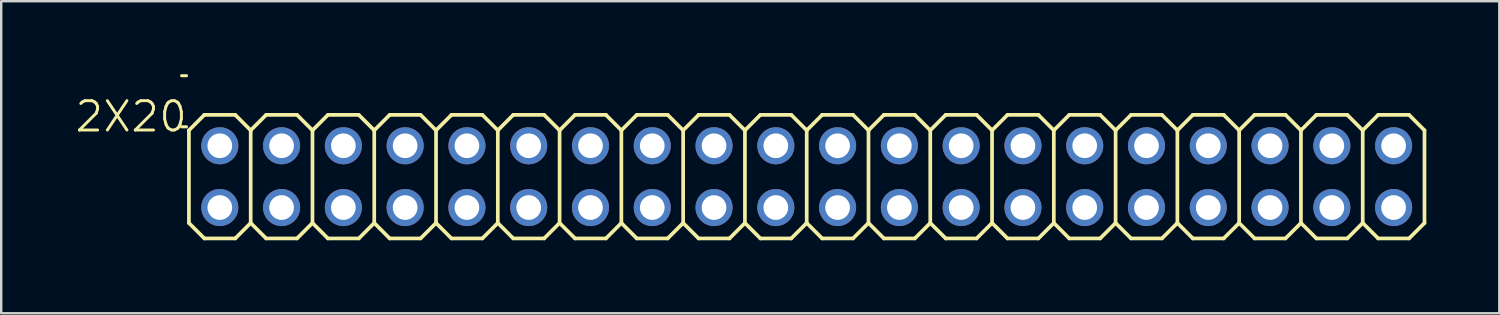
<source format=kicad_pcb>
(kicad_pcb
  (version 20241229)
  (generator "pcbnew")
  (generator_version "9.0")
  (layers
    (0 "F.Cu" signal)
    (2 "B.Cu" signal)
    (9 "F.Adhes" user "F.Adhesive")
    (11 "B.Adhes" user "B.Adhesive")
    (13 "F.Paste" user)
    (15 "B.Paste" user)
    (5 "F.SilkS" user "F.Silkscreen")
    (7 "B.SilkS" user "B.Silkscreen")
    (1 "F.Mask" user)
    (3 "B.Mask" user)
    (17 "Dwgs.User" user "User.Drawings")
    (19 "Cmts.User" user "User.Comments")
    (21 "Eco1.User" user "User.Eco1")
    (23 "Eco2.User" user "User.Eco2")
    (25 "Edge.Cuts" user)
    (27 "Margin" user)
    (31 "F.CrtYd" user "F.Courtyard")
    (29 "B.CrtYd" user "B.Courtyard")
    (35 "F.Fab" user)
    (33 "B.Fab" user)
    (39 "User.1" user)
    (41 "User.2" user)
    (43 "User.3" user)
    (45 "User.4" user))
  (footprint "2X20"
    (layer "F.Cu")
    (at 30.117 4.213)
    (property "Reference" "2X20" (at -25.4 -3.175 180) (layer "F.SilkS") (effects (font (size 1.206 1.206) (thickness 0.121)) (justify right top)))
    (attr through_hole)
    (fp_line (start -25.7 -4.15) (end -25.5 -4.15) (stroke (width 0.127) (type solid)) (layer "F.SilkS"))
    (fp_line (start -25.7 -2.05) (end -25.5 -2.05) (stroke (width 0.127) (type solid)) (layer "F.SilkS"))
    (fp_line (start -25.4 -1.905) (end -24.765 -2.54) (stroke (width 0.152) (type solid)) (layer "F.SilkS"))
    (fp_line (start -25.4 1.905) (end -25.4 -1.905) (stroke (width 0.152) (type solid)) (layer "F.SilkS"))
    (fp_line (start -25.4 1.905) (end -24.765 2.54) (stroke (width 0.152) (type solid)) (layer "F.SilkS"))
    (fp_line (start -24.765 -2.54) (end -23.495 -2.54) (stroke (width 0.152) (type solid)) (layer "F.SilkS"))
    (fp_line (start -24.765 2.54) (end -23.495 2.54) (stroke (width 0.152) (type solid)) (layer "F.SilkS"))
    (fp_line (start -23.495 -2.54) (end -22.86 -1.905) (stroke (width 0.152) (type solid)) (layer "F.SilkS"))
    (fp_line (start -23.495 2.54) (end -22.86 1.905) (stroke (width 0.152) (type solid)) (layer "F.SilkS"))
    (fp_line (start -22.86 -1.905) (end -22.86 1.905) (stroke (width 0.152) (type solid)) (layer "F.SilkS"))
    (fp_line (start -22.86 -1.905) (end -22.225 -2.54) (stroke (width 0.152) (type solid)) (layer "F.SilkS"))
    (fp_line (start -22.86 1.905) (end -22.225 2.54) (stroke (width 0.152) (type solid)) (layer "F.SilkS"))
    (fp_line (start -22.225 -2.54) (end -20.955 -2.54) (stroke (width 0.152) (type solid)) (layer "F.SilkS"))
    (fp_line (start -22.225 2.54) (end -20.955 2.54) (stroke (width 0.152) (type solid)) (layer "F.SilkS"))
    (fp_line (start -20.955 -2.54) (end -20.32 -1.905) (stroke (width 0.152) (type solid)) (layer "F.SilkS"))
    (fp_line (start -20.955 2.54) (end -20.32 1.905) (stroke (width 0.152) (type solid)) (layer "F.SilkS"))
    (fp_line (start -20.32 -1.905) (end -20.32 1.905) (stroke (width 0.152) (type solid)) (layer "F.SilkS"))
    (fp_line (start -20.32 -1.905) (end -19.685 -2.54) (stroke (width 0.152) (type solid)) (layer "F.SilkS"))
    (fp_line (start -20.32 1.905) (end -19.685 2.54) (stroke (width 0.152) (type solid)) (layer "F.SilkS"))
    (fp_line (start -19.685 -2.54) (end -18.415 -2.54) (stroke (width 0.152) (type solid)) (layer "F.SilkS"))
    (fp_line (start -19.685 2.54) (end -18.415 2.54) (stroke (width 0.152) (type solid)) (layer "F.SilkS"))
    (fp_line (start -18.415 -2.54) (end -17.78 -1.905) (stroke (width 0.152) (type solid)) (layer "F.SilkS"))
    (fp_line (start -18.415 2.54) (end -17.78 1.905) (stroke (width 0.152) (type solid)) (layer "F.SilkS"))
    (fp_line (start -17.78 -1.905) (end -17.78 1.905) (stroke (width 0.152) (type solid)) (layer "F.SilkS"))
    (fp_line (start -17.78 -1.905) (end -17.145 -2.54) (stroke (width 0.152) (type solid)) (layer "F.SilkS"))
    (fp_line (start -17.78 1.905) (end -17.145 2.54) (stroke (width 0.152) (type solid)) (layer "F.SilkS"))
    (fp_line (start -17.145 -2.54) (end -15.875 -2.54) (stroke (width 0.152) (type solid)) (layer "F.SilkS"))
    (fp_line (start -17.145 2.54) (end -15.875 2.54) (stroke (width 0.152) (type solid)) (layer "F.SilkS"))
    (fp_line (start -15.875 -2.54) (end -15.24 -1.905) (stroke (width 0.152) (type solid)) (layer "F.SilkS"))
    (fp_line (start -15.875 2.54) (end -15.24 1.905) (stroke (width 0.152) (type solid)) (layer "F.SilkS"))
    (fp_line (start -15.24 -1.905) (end -15.24 1.905) (stroke (width 0.152) (type solid)) (layer "F.SilkS"))
    (fp_line (start -15.24 -1.905) (end -14.605 -2.54) (stroke (width 0.152) (type solid)) (layer "F.SilkS"))
    (fp_line (start -15.24 1.905) (end -14.605 2.54) (stroke (width 0.152) (type solid)) (layer "F.SilkS"))
    (fp_line (start -14.605 -2.54) (end -13.335 -2.54) (stroke (width 0.152) (type solid)) (layer "F.SilkS"))
    (fp_line (start -14.605 2.54) (end -13.335 2.54) (stroke (width 0.152) (type solid)) (layer "F.SilkS"))
    (fp_line (start -13.335 -2.54) (end -12.7 -1.905) (stroke (width 0.152) (type solid)) (layer "F.SilkS"))
    (fp_line (start -13.335 2.54) (end -12.7 1.905) (stroke (width 0.152) (type solid)) (layer "F.SilkS"))
    (fp_line (start -12.7 -1.905) (end -12.7 1.905) (stroke (width 0.152) (type solid)) (layer "F.SilkS"))
    (fp_line (start -12.7 -1.905) (end -12.065 -2.54) (stroke (width 0.152) (type solid)) (layer "F.SilkS"))
    (fp_line (start -12.7 1.905) (end -12.065 2.54) (stroke (width 0.152) (type solid)) (layer "F.SilkS"))
    (fp_line (start -12.065 -2.54) (end -10.795 -2.54) (stroke (width 0.152) (type solid)) (layer "F.SilkS"))
    (fp_line (start -12.065 2.54) (end -10.795 2.54) (stroke (width 0.152) (type solid)) (layer "F.SilkS"))
    (fp_line (start -10.795 -2.54) (end -10.16 -1.905) (stroke (width 0.152) (type solid)) (layer "F.SilkS"))
    (fp_line (start -10.795 2.54) (end -10.16 1.905) (stroke (width 0.152) (type solid)) (layer "F.SilkS"))
    (fp_line (start -10.16 -1.905) (end -10.16 1.905) (stroke (width 0.152) (type solid)) (layer "F.SilkS"))
    (fp_line (start -10.16 -1.905) (end -9.525 -2.54) (stroke (width 0.152) (type solid)) (layer "F.SilkS"))
    (fp_line (start -10.16 1.905) (end -9.525 2.54) (stroke (width 0.152) (type solid)) (layer "F.SilkS"))
    (fp_line (start -9.525 -2.54) (end -8.255 -2.54) (stroke (width 0.152) (type solid)) (layer "F.SilkS"))
    (fp_line (start -8.255 -2.54) (end -7.62 -1.905) (stroke (width 0.152) (type solid)) (layer "F.SilkS"))
    (fp_line (start -8.255 2.54) (end -9.525 2.54) (stroke (width 0.152) (type solid)) (layer "F.SilkS"))
    (fp_line (start -7.62 -1.905) (end -7.62 1.905) (stroke (width 0.152) (type solid)) (layer "F.SilkS"))
    (fp_line (start -7.62 -1.905) (end -6.985 -2.54) (stroke (width 0.152) (type solid)) (layer "F.SilkS"))
    (fp_line (start -7.62 1.905) (end -8.255 2.54) (stroke (width 0.152) (type solid)) (layer "F.SilkS"))
    (fp_line (start -7.62 1.905) (end -6.985 2.54) (stroke (width 0.152) (type solid)) (layer "F.SilkS"))
    (fp_line (start -6.985 -2.54) (end -5.715 -2.54) (stroke (width 0.152) (type solid)) (layer "F.SilkS"))
    (fp_line (start -5.715 -2.54) (end -5.08 -1.905) (stroke (width 0.152) (type solid)) (layer "F.SilkS"))
    (fp_line (start -5.715 2.54) (end -6.985 2.54) (stroke (width 0.152) (type solid)) (layer "F.SilkS"))
    (fp_line (start -5.08 -1.905) (end -5.08 1.905) (stroke (width 0.152) (type solid)) (layer "F.SilkS"))
    (fp_line (start -5.08 -1.905) (end -4.445 -2.54) (stroke (width 0.152) (type solid)) (layer "F.SilkS"))
    (fp_line (start -5.08 1.905) (end -5.715 2.54) (stroke (width 0.152) (type solid)) (layer "F.SilkS"))
    (fp_line (start -5.08 1.905) (end -4.445 2.54) (stroke (width 0.152) (type solid)) (layer "F.SilkS"))
    (fp_line (start -4.445 -2.54) (end -3.175 -2.54) (stroke (width 0.152) (type solid)) (layer "F.SilkS"))
    (fp_line (start -3.175 -2.54) (end -2.54 -1.905) (stroke (width 0.152) (type solid)) (layer "F.SilkS"))
    (fp_line (start -3.175 2.54) (end -4.445 2.54) (stroke (width 0.152) (type solid)) (layer "F.SilkS"))
    (fp_line (start -2.54 -1.905) (end -2.54 1.905) (stroke (width 0.152) (type solid)) (layer "F.SilkS"))
    (fp_line (start -2.54 -1.905) (end -1.905 -2.54) (stroke (width 0.152) (type solid)) (layer "F.SilkS"))
    (fp_line (start -2.54 1.905) (end -3.175 2.54) (stroke (width 0.152) (type solid)) (layer "F.SilkS"))
    (fp_line (start -2.54 1.905) (end -1.905 2.54) (stroke (width 0.152) (type solid)) (layer "F.SilkS"))
    (fp_line (start -1.905 -2.54) (end -0.635 -2.54) (stroke (width 0.152) (type solid)) (layer "F.SilkS"))
    (fp_line (start -0.635 -2.54) (end 0 -1.905) (stroke (width 0.152) (type solid)) (layer "F.SilkS"))
    (fp_line (start -0.635 2.54) (end -1.905 2.54) (stroke (width 0.152) (type solid)) (layer "F.SilkS"))
    (fp_line (start 0 -1.905) (end 0 1.905) (stroke (width 0.152) (type solid)) (layer "F.SilkS"))
    (fp_line (start 0 -1.905) (end 0.635 -2.54) (stroke (width 0.152) (type solid)) (layer "F.SilkS"))
    (fp_line (start 0 1.905) (end -0.635 2.54) (stroke (width 0.152) (type solid)) (layer "F.SilkS"))
    (fp_line (start 0 1.905) (end 0.635 2.54) (stroke (width 0.152) (type solid)) (layer "F.SilkS"))
    (fp_line (start 0.635 -2.54) (end 1.905 -2.54) (stroke (width 0.152) (type solid)) (layer "F.SilkS"))
    (fp_line (start 1.905 -2.54) (end 2.54 -1.905) (stroke (width 0.152) (type solid)) (layer "F.SilkS"))
    (fp_line (start 1.905 2.54) (end 0.635 2.54) (stroke (width 0.152) (type solid)) (layer "F.SilkS"))
    (fp_line (start 2.54 -1.905) (end 2.54 1.905) (stroke (width 0.152) (type solid)) (layer "F.SilkS"))
    (fp_line (start 2.54 -1.905) (end 3.175 -2.54) (stroke (width 0.152) (type solid)) (layer "F.SilkS"))
    (fp_line (start 2.54 1.905) (end 1.905 2.54) (stroke (width 0.152) (type solid)) (layer "F.SilkS"))
    (fp_line (start 2.54 1.905) (end 3.175 2.54) (stroke (width 0.152) (type solid)) (layer "F.SilkS"))
    (fp_line (start 3.175 -2.54) (end 4.445 -2.54) (stroke (width 0.152) (type solid)) (layer "F.SilkS"))
    (fp_line (start 4.445 2.54) (end 3.175 2.54) (stroke (width 0.152) (type solid)) (layer "F.SilkS"))
    (fp_line (start 5.08 -1.905) (end 4.445 -2.54) (stroke (width 0.152) (type solid)) (layer "F.SilkS"))
    (fp_line (start 5.08 -1.905) (end 5.08 1.905) (stroke (width 0.152) (type solid)) (layer "F.SilkS"))
    (fp_line (start 5.08 -1.905) (end 5.715 -2.54) (stroke (width 0.152) (type solid)) (layer "F.SilkS"))
    (fp_line (start 5.08 1.905) (end 4.445 2.54) (stroke (width 0.152) (type solid)) (layer "F.SilkS"))
    (fp_line (start 5.08 1.905) (end 5.715 2.54) (stroke (width 0.152) (type solid)) (layer "F.SilkS"))
    (fp_line (start 6.985 -2.54) (end 5.715 -2.54) (stroke (width 0.152) (type solid)) (layer "F.SilkS"))
    (fp_line (start 6.985 -2.54) (end 7.62 -1.905) (stroke (width 0.152) (type solid)) (layer "F.SilkS"))
    (fp_line (start 6.985 2.54) (end 5.715 2.54) (stroke (width 0.152) (type solid)) (layer "F.SilkS"))
    (fp_line (start 7.62 -1.905) (end 7.62 1.905) (stroke (width 0.152) (type solid)) (layer "F.SilkS"))
    (fp_line (start 7.62 -1.905) (end 8.255 -2.54) (stroke (width 0.152) (type solid)) (layer "F.SilkS"))
    (fp_line (start 7.62 1.905) (end 6.985 2.54) (stroke (width 0.152) (type solid)) (layer "F.SilkS"))
    (fp_line (start 7.62 1.905) (end 8.255 2.54) (stroke (width 0.152) (type solid)) (layer "F.SilkS"))
    (fp_line (start 9.525 -2.54) (end 8.255 -2.54) (stroke (width 0.152) (type solid)) (layer "F.SilkS"))
    (fp_line (start 9.525 -2.54) (end 10.16 -1.905) (stroke (width 0.152) (type solid)) (layer "F.SilkS"))
    (fp_line (start 9.525 2.54) (end 8.255 2.54) (stroke (width 0.152) (type solid)) (layer "F.SilkS"))
    (fp_line (start 10.16 -1.905) (end 10.16 1.905) (stroke (width 0.152) (type solid)) (layer "F.SilkS"))
    (fp_line (start 10.16 -1.905) (end 10.795 -2.54) (stroke (width 0.152) (type solid)) (layer "F.SilkS"))
    (fp_line (start 10.16 1.905) (end 9.525 2.54) (stroke (width 0.152) (type solid)) (layer "F.SilkS"))
    (fp_line (start 10.795 2.54) (end 10.16 1.905) (stroke (width 0.152) (type solid)) (layer "F.SilkS"))
    (fp_line (start 10.795 2.54) (end 12.065 2.54) (stroke (width 0.152) (type solid)) (layer "F.SilkS"))
    (fp_line (start 12.065 -2.54) (end 10.795 -2.54) (stroke (width 0.152) (type solid)) (layer "F.SilkS"))
    (fp_line (start 12.065 -2.54) (end 12.7 -1.905) (stroke (width 0.152) (type solid)) (layer "F.SilkS"))
    (fp_line (start 12.7 -1.905) (end 12.7 1.905) (stroke (width 0.152) (type solid)) (layer "F.SilkS"))
    (fp_line (start 12.7 -1.905) (end 13.335 -2.54) (stroke (width 0.152) (type solid)) (layer "F.SilkS"))
    (fp_line (start 12.7 1.905) (end 12.065 2.54) (stroke (width 0.152) (type solid)) (layer "F.SilkS"))
    (fp_line (start 13.335 2.54) (end 12.7 1.905) (stroke (width 0.152) (type solid)) (layer "F.SilkS"))
    (fp_line (start 13.335 2.54) (end 14.605 2.54) (stroke (width 0.152) (type solid)) (layer "F.SilkS"))
    (fp_line (start 14.605 -2.54) (end 13.335 -2.54) (stroke (width 0.152) (type solid)) (layer "F.SilkS"))
    (fp_line (start 14.605 -2.54) (end 15.24 -1.905) (stroke (width 0.152) (type solid)) (layer "F.SilkS"))
    (fp_line (start 15.24 -1.905) (end 15.24 1.905) (stroke (width 0.152) (type solid)) (layer "F.SilkS"))
    (fp_line (start 15.24 -1.905) (end 15.875 -2.54) (stroke (width 0.152) (type solid)) (layer "F.SilkS"))
    (fp_line (start 15.24 1.905) (end 14.605 2.54) (stroke (width 0.152) (type solid)) (layer "F.SilkS"))
    (fp_line (start 15.24 1.905) (end 15.875 2.54) (stroke (width 0.152) (type solid)) (layer "F.SilkS"))
    (fp_line (start 17.145 -2.54) (end 15.875 -2.54) (stroke (width 0.152) (type solid)) (layer "F.SilkS"))
    (fp_line (start 17.145 -2.54) (end 17.78 -1.905) (stroke (width 0.152) (type solid)) (layer "F.SilkS"))
    (fp_line (start 17.145 2.54) (end 15.875 2.54) (stroke (width 0.152) (type solid)) (layer "F.SilkS"))
    (fp_line (start 17.78 -1.905) (end 17.78 1.905) (stroke (width 0.152) (type solid)) (layer "F.SilkS"))
    (fp_line (start 17.78 -1.905) (end 18.415 -2.54) (stroke (width 0.152) (type solid)) (layer "F.SilkS"))
    (fp_line (start 17.78 1.905) (end 17.145 2.54) (stroke (width 0.152) (type solid)) (layer "F.SilkS"))
    (fp_line (start 17.78 1.905) (end 18.415 2.54) (stroke (width 0.152) (type solid)) (layer "F.SilkS"))
    (fp_line (start 19.685 -2.54) (end 18.415 -2.54) (stroke (width 0.152) (type solid)) (layer "F.SilkS"))
    (fp_line (start 19.685 -2.54) (end 20.32 -1.905) (stroke (width 0.152) (type solid)) (layer "F.SilkS"))
    (fp_line (start 19.685 2.54) (end 18.415 2.54) (stroke (width 0.152) (type solid)) (layer "F.SilkS"))
    (fp_line (start 20.32 -1.905) (end 20.32 1.905) (stroke (width 0.152) (type solid)) (layer "F.SilkS"))
    (fp_line (start 20.32 -1.905) (end 20.955 -2.54) (stroke (width 0.152) (type solid)) (layer "F.SilkS"))
    (fp_line (start 20.32 1.905) (end 19.685 2.54) (stroke (width 0.152) (type solid)) (layer "F.SilkS"))
    (fp_line (start 20.32 1.905) (end 20.955 2.54) (stroke (width 0.152) (type solid)) (layer "F.SilkS"))
    (fp_line (start 22.225 -2.54) (end 20.955 -2.54) (stroke (width 0.152) (type solid)) (layer "F.SilkS"))
    (fp_line (start 22.225 -2.54) (end 22.86 -1.905) (stroke (width 0.152) (type solid)) (layer "F.SilkS"))
    (fp_line (start 22.225 2.54) (end 20.955 2.54) (stroke (width 0.152) (type solid)) (layer "F.SilkS"))
    (fp_line (start 22.86 -1.905) (end 22.86 1.905) (stroke (width 0.152) (type solid)) (layer "F.SilkS"))
    (fp_line (start 22.86 -1.905) (end 23.495 -2.54) (stroke (width 0.152) (type solid)) (layer "F.SilkS"))
    (fp_line (start 22.86 1.905) (end 22.225 2.54) (stroke (width 0.152) (type solid)) (layer "F.SilkS"))
    (fp_line (start 22.86 1.905) (end 23.495 2.54) (stroke (width 0.152) (type solid)) (layer "F.SilkS"))
    (fp_line (start 24.765 -2.54) (end 23.495 -2.54) (stroke (width 0.152) (type solid)) (layer "F.SilkS"))
    (fp_line (start 24.765 -2.54) (end 25.4 -1.905) (stroke (width 0.152) (type solid)) (layer "F.SilkS"))
    (fp_line (start 24.765 2.54) (end 23.495 2.54) (stroke (width 0.152) (type solid)) (layer "F.SilkS"))
    (fp_line (start 25.4 -1.905) (end 25.4 1.905) (stroke (width 0.152) (type solid)) (layer "F.SilkS"))
    (fp_line (start 25.4 1.905) (end 24.765 2.54) (stroke (width 0.152) (type solid)) (layer "F.SilkS"))
    (fp_poly (pts (xy -24.384 -1.016) (xy -23.876 -1.016) (xy -23.876 -1.524) (xy -24.384 -1.524)) (stroke (width 0.1) (type solid)) (fill no) (layer "F.Fab"))
    (fp_poly (pts (xy -24.384 1.524) (xy -23.876 1.524) (xy -23.876 1.016) (xy -24.384 1.016)) (stroke (width 0.1) (type solid)) (fill no) (layer "F.Fab"))
    (fp_poly (pts (xy -21.844 -1.016) (xy -21.336 -1.016) (xy -21.336 -1.524) (xy -21.844 -1.524)) (stroke (width 0.1) (type solid)) (fill no) (layer "F.Fab"))
    (fp_poly (pts (xy -21.844 1.524) (xy -21.336 1.524) (xy -21.336 1.016) (xy -21.844 1.016)) (stroke (width 0.1) (type solid)) (fill no) (layer "F.Fab"))
    (fp_poly (pts (xy -19.304 -1.016) (xy -18.796 -1.016) (xy -18.796 -1.524) (xy -19.304 -1.524)) (stroke (width 0.1) (type solid)) (fill no) (layer "F.Fab"))
    (fp_poly (pts (xy -19.304 1.524) (xy -18.796 1.524) (xy -18.796 1.016) (xy -19.304 1.016)) (stroke (width 0.1) (type solid)) (fill no) (layer "F.Fab"))
    (fp_poly (pts (xy -16.764 1.524) (xy -16.256 1.524) (xy -16.256 1.016) (xy -16.764 1.016)) (stroke (width 0.1) (type solid)) (fill no) (layer "F.Fab"))
    (fp_poly (pts (xy -16.256 -1.016) (xy -16.256 -1.524) (xy -16.764 -1.524) (xy -16.764 -1.016)) (stroke (width 0.1) (type solid)) (fill no) (layer "F.Fab"))
    (fp_poly (pts (xy -14.224 1.524) (xy -13.716 1.524) (xy -13.716 1.016) (xy -14.224 1.016)) (stroke (width 0.1) (type solid)) (fill no) (layer "F.Fab"))
    (fp_poly (pts (xy -13.716 -1.016) (xy -13.716 -1.524) (xy -14.224 -1.524) (xy -14.224 -1.016)) (stroke (width 0.1) (type solid)) (fill no) (layer "F.Fab"))
    (fp_poly (pts (xy -11.684 -1.016) (xy -11.176 -1.016) (xy -11.176 -1.524) (xy -11.684 -1.524)) (stroke (width 0.1) (type solid)) (fill no) (layer "F.Fab"))
    (fp_poly (pts (xy -11.684 1.524) (xy -11.176 1.524) (xy -11.176 1.016) (xy -11.684 1.016)) (stroke (width 0.1) (type solid)) (fill no) (layer "F.Fab"))
    (fp_poly (pts (xy -9.144 1.524) (xy -8.636 1.524) (xy -8.636 1.016) (xy -9.144 1.016)) (stroke (width 0.1) (type solid)) (fill no) (layer "F.Fab"))
    (fp_poly (pts (xy -8.636 -1.016) (xy -8.636 -1.524) (xy -9.144 -1.524) (xy -9.144 -1.016)) (stroke (width 0.1) (type solid)) (fill no) (layer "F.Fab"))
    (fp_poly (pts (xy -6.604 -1.016) (xy -6.096 -1.016) (xy -6.096 -1.524) (xy -6.604 -1.524)) (stroke (width 0.1) (type solid)) (fill no) (layer "F.Fab"))
    (fp_poly (pts (xy -6.604 1.524) (xy -6.096 1.524) (xy -6.096 1.016) (xy -6.604 1.016)) (stroke (width 0.1) (type solid)) (fill no) (layer "F.Fab"))
    (fp_poly (pts (xy -4.064 -1.016) (xy -3.556 -1.016) (xy -3.556 -1.524) (xy -4.064 -1.524)) (stroke (width 0.1) (type solid)) (fill no) (layer "F.Fab"))
    (fp_poly (pts (xy -4.064 1.524) (xy -3.556 1.524) (xy -3.556 1.016) (xy -4.064 1.016)) (stroke (width 0.1) (type solid)) (fill no) (layer "F.Fab"))
    (fp_poly (pts (xy -1.524 -1.016) (xy -1.016 -1.016) (xy -1.016 -1.524) (xy -1.524 -1.524)) (stroke (width 0.1) (type solid)) (fill no) (layer "F.Fab"))
    (fp_poly (pts (xy -1.524 1.524) (xy -1.016 1.524) (xy -1.016 1.016) (xy -1.524 1.016)) (stroke (width 0.1) (type solid)) (fill no) (layer "F.Fab"))
    (fp_poly (pts (xy 1.016 -1.524) (xy 1.016 -1.016) (xy 1.524 -1.016) (xy 1.524 -1.524)) (stroke (width 0.1) (type solid)) (fill no) (layer "F.Fab"))
    (fp_poly (pts (xy 1.016 1.524) (xy 1.524 1.524) (xy 1.524 1.016) (xy 1.016 1.016)) (stroke (width 0.1) (type solid)) (fill no) (layer "F.Fab"))
    (fp_poly (pts (xy 3.556 1.524) (xy 4.064 1.524) (xy 4.064 1.016) (xy 3.556 1.016)) (stroke (width 0.1) (type solid)) (fill no) (layer "F.Fab"))
    (fp_poly (pts (xy 4.064 -1.524) (xy 3.556 -1.524) (xy 3.556 -1.016) (xy 4.064 -1.016)) (stroke (width 0.1) (type solid)) (fill no) (layer "F.Fab"))
    (fp_poly (pts (xy 6.096 -1.016) (xy 6.604 -1.016) (xy 6.604 -1.524) (xy 6.096 -1.524)) (stroke (width 0.1) (type solid)) (fill no) (layer "F.Fab"))
    (fp_poly (pts (xy 6.096 1.524) (xy 6.604 1.524) (xy 6.604 1.016) (xy 6.096 1.016)) (stroke (width 0.1) (type solid)) (fill no) (layer "F.Fab"))
    (fp_poly (pts (xy 8.636 1.524) (xy 9.144 1.524) (xy 9.144 1.016) (xy 8.636 1.016)) (stroke (width 0.1) (type solid)) (fill no) (layer "F.Fab"))
    (fp_poly (pts (xy 9.144 -1.524) (xy 8.636 -1.524) (xy 8.636 -1.016) (xy 9.144 -1.016)) (stroke (width 0.1) (type solid)) (fill no) (layer "F.Fab"))
    (fp_poly (pts (xy 11.176 -1.016) (xy 11.684 -1.016) (xy 11.684 -1.524) (xy 11.176 -1.524)) (stroke (width 0.1) (type solid)) (fill no) (layer "F.Fab"))
    (fp_poly (pts (xy 11.176 1.524) (xy 11.684 1.524) (xy 11.684 1.016) (xy 11.176 1.016)) (stroke (width 0.1) (type solid)) (fill no) (layer "F.Fab"))
    (fp_poly (pts (xy 13.716 -1.016) (xy 14.224 -1.016) (xy 14.224 -1.524) (xy 13.716 -1.524)) (stroke (width 0.1) (type solid)) (fill no) (layer "F.Fab"))
    (fp_poly (pts (xy 13.716 1.524) (xy 14.224 1.524) (xy 14.224 1.016) (xy 13.716 1.016)) (stroke (width 0.1) (type solid)) (fill no) (layer "F.Fab"))
    (fp_poly (pts (xy 16.256 -1.016) (xy 16.764 -1.016) (xy 16.764 -1.524) (xy 16.256 -1.524)) (stroke (width 0.1) (type solid)) (fill no) (layer "F.Fab"))
    (fp_poly (pts (xy 16.764 1.016) (xy 16.256 1.016) (xy 16.256 1.524) (xy 16.764 1.524)) (stroke (width 0.1) (type solid)) (fill no) (layer "F.Fab"))
    (fp_poly (pts (xy 18.796 -1.016) (xy 19.304 -1.016) (xy 19.304 -1.524) (xy 18.796 -1.524)) (stroke (width 0.1) (type solid)) (fill no) (layer "F.Fab"))
    (fp_poly (pts (xy 18.796 1.524) (xy 19.304 1.524) (xy 19.304 1.016) (xy 18.796 1.016)) (stroke (width 0.1) (type solid)) (fill no) (layer "F.Fab"))
    (fp_poly (pts (xy 21.336 -1.016) (xy 21.844 -1.016) (xy 21.844 -1.524) (xy 21.336 -1.524)) (stroke (width 0.1) (type solid)) (fill no) (layer "F.Fab"))
    (fp_poly (pts (xy 21.336 1.524) (xy 21.844 1.524) (xy 21.844 1.016) (xy 21.336 1.016)) (stroke (width 0.1) (type solid)) (fill no) (layer "F.Fab"))
    (fp_poly (pts (xy 23.876 -1.016) (xy 24.384 -1.016) (xy 24.384 -1.524) (xy 23.876 -1.524)) (stroke (width 0.1) (type solid)) (fill no) (layer "F.Fab"))
    (fp_poly (pts (xy 23.876 1.524) (xy 24.384 1.524) (xy 24.384 1.016) (xy 23.876 1.016)) (stroke (width 0.1) (type solid)) (fill no) (layer "F.Fab"))
    (pad "1" thru_hole circle (at -24.13 1.27 270) (size 1.524 1.524) (drill 1.016) (layers "*.Cu" "*.Mask"))
    (pad "2" thru_hole circle (at -24.13 -1.27 90) (size 1.524 1.524) (drill 1.016) (layers "*.Cu" "*.Mask"))
    (pad "3" thru_hole circle (at -21.59 1.27 270) (size 1.524 1.524) (drill 1.016) (layers "*.Cu" "*.Mask"))
    (pad "4" thru_hole circle (at -21.59 -1.27 90) (size 1.524 1.524) (drill 1.016) (layers "*.Cu" "*.Mask"))
    (pad "5" thru_hole circle (at -19.05 1.27 270) (size 1.524 1.524) (drill 1.016) (layers "*.Cu" "*.Mask"))
    (pad "6" thru_hole circle (at -19.05 -1.27 90) (size 1.524 1.524) (drill 1.016) (layers "*.Cu" "*.Mask"))
    (pad "7" thru_hole circle (at -16.51 1.27 270) (size 1.524 1.524) (drill 1.016) (layers "*.Cu" "*.Mask"))
    (pad "8" thru_hole circle (at -16.51 -1.27 90) (size 1.524 1.524) (drill 1.016) (layers "*.Cu" "*.Mask"))
    (pad "9" thru_hole circle (at -13.97 1.27 270) (size 1.524 1.524) (drill 1.016) (layers "*.Cu" "*.Mask"))
    (pad "10" thru_hole circle (at -13.97 -1.27 90) (size 1.524 1.524) (drill 1.016) (layers "*.Cu" "*.Mask"))
    (pad "11" thru_hole circle (at -11.43 1.27 270) (size 1.524 1.524) (drill 1.016) (layers "*.Cu" "*.Mask"))
    (pad "12" thru_hole circle (at -11.43 -1.27 90) (size 1.524 1.524) (drill 1.016) (layers "*.Cu" "*.Mask"))
    (pad "13" thru_hole circle (at -8.89 1.27 270) (size 1.524 1.524) (drill 1.016) (layers "*.Cu" "*.Mask"))
    (pad "14" thru_hole circle (at -8.89 -1.27 90) (size 1.524 1.524) (drill 1.016) (layers "*.Cu" "*.Mask"))
    (pad "15" thru_hole circle (at -6.35 1.27 270) (size 1.524 1.524) (drill 1.016) (layers "*.Cu" "*.Mask"))
    (pad "16" thru_hole circle (at -6.35 -1.27 90) (size 1.524 1.524) (drill 1.016) (layers "*.Cu" "*.Mask"))
    (pad "17" thru_hole circle (at -3.81 1.27 270) (size 1.524 1.524) (drill 1.016) (layers "*.Cu" "*.Mask"))
    (pad "18" thru_hole circle (at -3.81 -1.27 90) (size 1.524 1.524) (drill 1.016) (layers "*.Cu" "*.Mask"))
    (pad "19" thru_hole circle (at -1.27 1.27 270) (size 1.524 1.524) (drill 1.016) (layers "*.Cu" "*.Mask"))
    (pad "20" thru_hole circle (at -1.27 -1.27 90) (size 1.524 1.524) (drill 1.016) (layers "*.Cu" "*.Mask"))
    (pad "21" thru_hole circle (at 1.27 1.27 270) (size 1.524 1.524) (drill 1.016) (layers "*.Cu" "*.Mask"))
    (pad "22" thru_hole circle (at 1.27 -1.27 90) (size 1.524 1.524) (drill 1.016) (layers "*.Cu" "*.Mask"))
    (pad "23" thru_hole circle (at 3.81 1.27 270) (size 1.524 1.524) (drill 1.016) (layers "*.Cu" "*.Mask"))
    (pad "24" thru_hole circle (at 3.81 -1.27 90) (size 1.524 1.524) (drill 1.016) (layers "*.Cu" "*.Mask"))
    (pad "25" thru_hole circle (at 6.35 1.27 270) (size 1.524 1.524) (drill 1.016) (layers "*.Cu" "*.Mask"))
    (pad "26" thru_hole circle (at 6.35 -1.27 90) (size 1.524 1.524) (drill 1.016) (layers "*.Cu" "*.Mask"))
    (pad "27" thru_hole circle (at 8.89 1.27 270) (size 1.524 1.524) (drill 1.016) (layers "*.Cu" "*.Mask"))
    (pad "28" thru_hole circle (at 8.89 -1.27 90) (size 1.524 1.524) (drill 1.016) (layers "*.Cu" "*.Mask"))
    (pad "29" thru_hole circle (at 11.43 1.27 270) (size 1.524 1.524) (drill 1.016) (layers "*.Cu" "*.Mask"))
    (pad "30" thru_hole circle (at 11.43 -1.27 90) (size 1.524 1.524) (drill 1.016) (layers "*.Cu" "*.Mask"))
    (pad "31" thru_hole circle (at 13.97 1.27 270) (size 1.524 1.524) (drill 1.016) (layers "*.Cu" "*.Mask"))
    (pad "32" thru_hole circle (at 13.97 -1.27 90) (size 1.524 1.524) (drill 1.016) (layers "*.Cu" "*.Mask"))
    (pad "33" thru_hole circle (at 16.51 1.27 270) (size 1.524 1.524) (drill 1.016) (layers "*.Cu" "*.Mask"))
    (pad "34" thru_hole circle (at 16.51 -1.27 90) (size 1.524 1.524) (drill 1.016) (layers "*.Cu" "*.Mask"))
    (pad "35" thru_hole circle (at 19.05 1.27 270) (size 1.524 1.524) (drill 1.016) (layers "*.Cu" "*.Mask"))
    (pad "36" thru_hole circle (at 19.05 -1.27 90) (size 1.524 1.524) (drill 1.016) (layers "*.Cu" "*.Mask"))
    (pad "37" thru_hole circle (at 21.59 1.27 270) (size 1.524 1.524) (drill 1.016) (layers "*.Cu" "*.Mask"))
    (pad "38" thru_hole circle (at 21.59 -1.27 90) (size 1.524 1.524) (drill 1.016) (layers "*.Cu" "*.Mask"))
    (pad "39" thru_hole circle (at 24.13 1.27 270) (size 1.524 1.524) (drill 1.016) (layers "*.Cu" "*.Mask"))
    (pad "40" thru_hole circle (at 24.13 -1.27 90) (size 1.524 1.524) (drill 1.016) (layers "*.Cu" "*.Mask")))
  (gr_rect
    (start -3 -3)
    (end 58.593 9.83)
    (stroke (width 0.1) (type default))
    (fill no)
    (layer "Edge.Cuts")))
</source>
